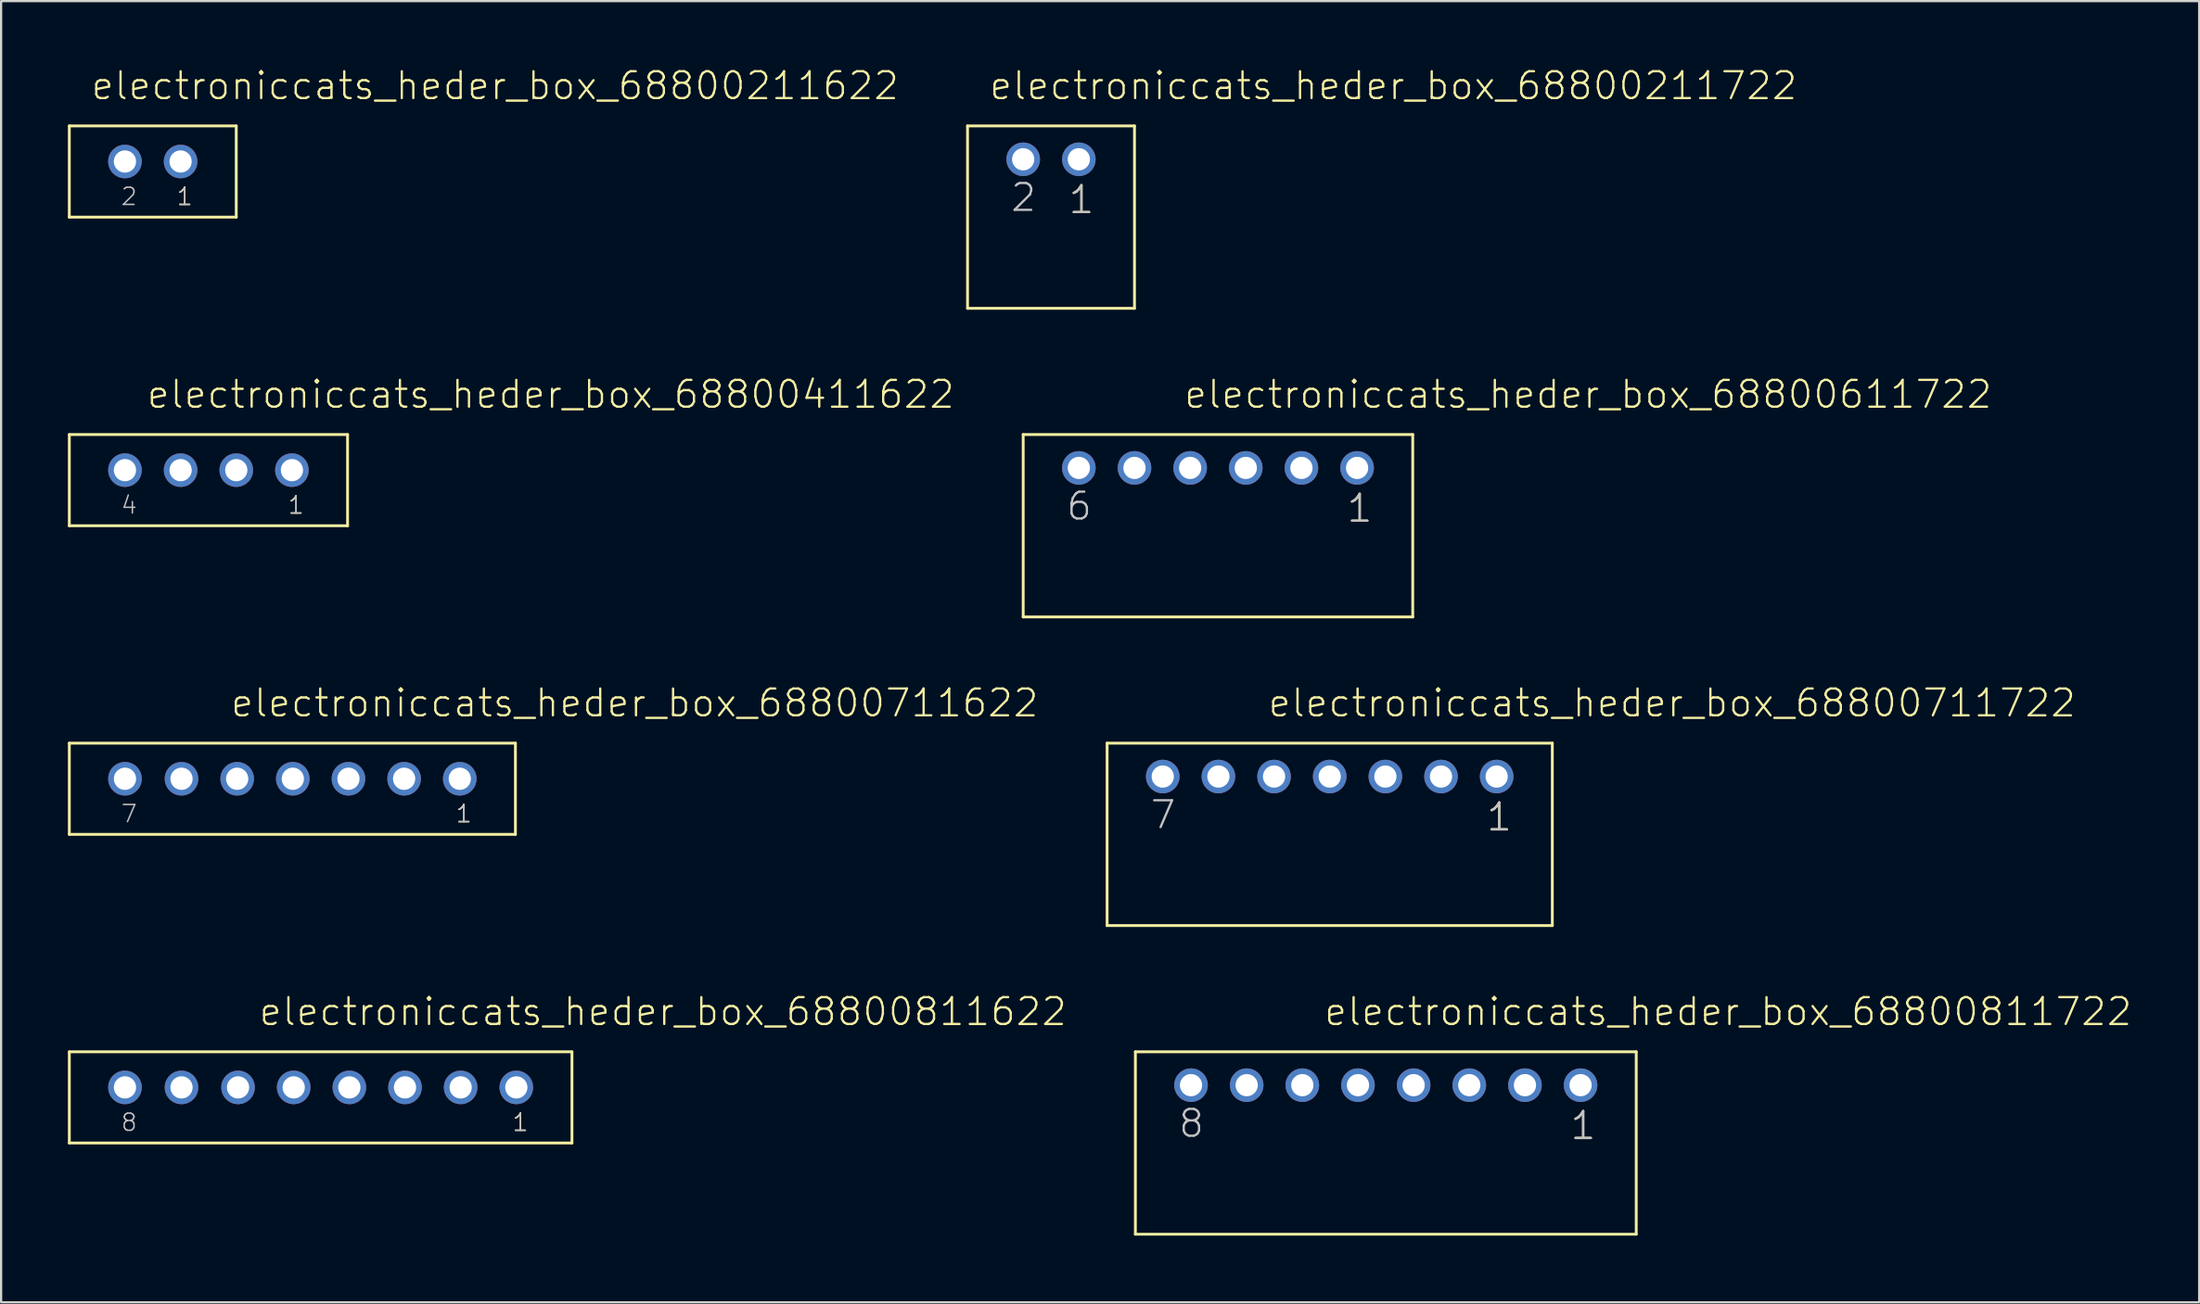
<source format=kicad_pcb>
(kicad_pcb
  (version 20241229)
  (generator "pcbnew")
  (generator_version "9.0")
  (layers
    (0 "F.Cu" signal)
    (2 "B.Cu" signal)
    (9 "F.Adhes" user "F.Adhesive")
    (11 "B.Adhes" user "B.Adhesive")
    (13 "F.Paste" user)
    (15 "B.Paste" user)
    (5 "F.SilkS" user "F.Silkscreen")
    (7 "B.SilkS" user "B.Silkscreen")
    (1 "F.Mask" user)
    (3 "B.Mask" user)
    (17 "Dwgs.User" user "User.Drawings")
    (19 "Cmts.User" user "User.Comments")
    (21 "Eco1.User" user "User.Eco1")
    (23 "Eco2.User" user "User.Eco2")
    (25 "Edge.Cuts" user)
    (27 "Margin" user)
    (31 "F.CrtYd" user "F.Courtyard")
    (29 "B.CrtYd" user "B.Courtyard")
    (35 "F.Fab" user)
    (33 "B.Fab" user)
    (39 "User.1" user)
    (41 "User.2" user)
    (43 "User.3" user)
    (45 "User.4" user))
  (footprint "electroniccats_heder_box_68800811622"
    (layer "F.Cu")
    (at 11.354 45.836)
    (property "Reference" "electroniccats_heder_box_68800811622" (at -2.835 -2.7 0) (layer "F.SilkS") (effects (font (size 1.206 1.206) (thickness 0.102)) (justify left bottom)))
    (attr through_hole)
    (fp_line (start -11.29 -1.6) (end 11.29 -1.6) (stroke (width 0.127) (type solid)) (layer "F.SilkS"))
    (fp_line (start -11.29 2.5) (end -11.29 -1.6) (stroke (width 0.127) (type solid)) (layer "F.SilkS"))
    (fp_line (start 11.29 -1.6) (end 11.29 2.5) (stroke (width 0.127) (type solid)) (layer "F.SilkS"))
    (fp_line (start 11.29 2.5) (end -11.29 2.5) (stroke (width 0.127) (type solid)) (layer "F.SilkS"))
    (fp_text user "1" (at 8.565 2.025 0) (layer "F.SilkS") (effects (font (size 0.772 0.772) (thickness 0.065)) (justify left bottom)))
    (fp_text user "1" (at 8.565 2.025 0) (layer "Dwgs.User") (effects (font (size 0.772 0.772) (thickness 0.065)) (justify left bottom)))
    (fp_text user "8" (at -9.015 2.025 0) (layer "Dwgs.User") (effects (font (size 0.772 0.772) (thickness 0.065)) (justify left bottom)))
    (pad "1" thru_hole circle (at 8.79 0) (size 1.508 1.508) (drill 1) (layers "*.Cu" "*.Mask"))
    (pad "2" thru_hole circle (at 6.29 0) (size 1.508 1.508) (drill 1) (layers "*.Cu" "*.Mask"))
    (pad "3" thru_hole circle (at 3.79 0) (size 1.508 1.508) (drill 1) (layers "*.Cu" "*.Mask"))
    (pad "4" thru_hole circle (at 1.29 0) (size 1.508 1.508) (drill 1) (layers "*.Cu" "*.Mask"))
    (pad "5" thru_hole circle (at -1.21 0) (size 1.508 1.508) (drill 1) (layers "*.Cu" "*.Mask"))
    (pad "6" thru_hole circle (at -3.71 0) (size 1.508 1.508) (drill 1) (layers "*.Cu" "*.Mask"))
    (pad "7" thru_hole circle (at -6.25 0) (size 1.508 1.508) (drill 1) (layers "*.Cu" "*.Mask"))
    (pad "8" thru_hole circle (at -8.79 0) (size 1.508 1.508) (drill 1) (layers "*.Cu" "*.Mask")))
  (footprint "electroniccats_heder_box_68800211722"
    (layer "F.Cu")
    (at 44.165 4.111)
    (property "Reference" "electroniccats_heder_box_68800211722" (at -2.835 -2.6 0) (layer "F.SilkS") (effects (font (size 1.206 1.206) (thickness 0.102)) (justify left bottom)))
    (attr through_hole)
    (fp_line (start -3.75 -1.5) (end 3.75 -1.5) (stroke (width 0.127) (type solid)) (layer "F.SilkS"))
    (fp_line (start -3.75 6.7) (end -3.75 -1.5) (stroke (width 0.127) (type solid)) (layer "F.SilkS"))
    (fp_line (start 3.75 -1.5) (end 3.75 6.7) (stroke (width 0.127) (type solid)) (layer "F.SilkS"))
    (fp_line (start 3.75 6.7) (end -3.75 6.7) (stroke (width 0.127) (type solid)) (layer "F.SilkS"))
    (fp_text user "1" (at 0.725 2.525 0) (layer "F.SilkS") (effects (font (size 1.206 1.206) (thickness 0.102)) (justify left bottom)))
    (fp_text user "1" (at 0.725 2.525 0) (layer "Dwgs.User") (effects (font (size 1.206 1.206) (thickness 0.102)) (justify left bottom)))
    (fp_text user "2" (at -1.875 2.425 0) (layer "Dwgs.User") (effects (font (size 1.206 1.206) (thickness 0.102)) (justify left bottom)))
    (pad "1" thru_hole circle (at 1.25 0) (size 1.508 1.508) (drill 1) (layers "*.Cu" "*.Mask"))
    (pad "2" thru_hole circle (at -1.25 0) (size 1.508 1.508) (drill 1) (layers "*.Cu" "*.Mask")))
  (footprint "electroniccats_heder_box_68800611722"
    (layer "F.Cu")
    (at 51.665 17.986)
    (property "Reference" "electroniccats_heder_box_68800611722" (at -1.585 -2.6 0) (layer "F.SilkS") (effects (font (size 1.206 1.206) (thickness 0.102)) (justify left bottom)))
    (attr through_hole)
    (fp_line (start -8.75 -1.5) (end 8.75 -1.5) (stroke (width 0.127) (type solid)) (layer "F.SilkS"))
    (fp_line (start -8.75 6.7) (end -8.75 -1.5) (stroke (width 0.127) (type solid)) (layer "F.SilkS"))
    (fp_line (start 8.75 -1.5) (end 8.75 6.7) (stroke (width 0.127) (type solid)) (layer "F.SilkS"))
    (fp_line (start 8.75 6.7) (end -8.75 6.7) (stroke (width 0.127) (type solid)) (layer "F.SilkS"))
    (fp_text user "1" (at 5.725 2.525 0) (layer "F.SilkS") (effects (font (size 1.206 1.206) (thickness 0.102)) (justify left bottom)))
    (fp_text user "6" (at -6.875 2.425 0) (layer "Dwgs.User") (effects (font (size 1.206 1.206) (thickness 0.102)) (justify left bottom)))
    (fp_text user "1" (at 5.725 2.525 0) (layer "Dwgs.User") (effects (font (size 1.206 1.206) (thickness 0.102)) (justify left bottom)))
    (pad "1" thru_hole circle (at 6.25 0) (size 1.508 1.508) (drill 1) (layers "*.Cu" "*.Mask"))
    (pad "2" thru_hole circle (at 3.75 0) (size 1.508 1.508) (drill 1) (layers "*.Cu" "*.Mask"))
    (pad "3" thru_hole circle (at 1.25 0) (size 1.508 1.508) (drill 1) (layers "*.Cu" "*.Mask"))
    (pad "4" thru_hole circle (at -1.25 0) (size 1.508 1.508) (drill 1) (layers "*.Cu" "*.Mask"))
    (pad "5" thru_hole circle (at -3.75 0) (size 1.508 1.508) (drill 1) (layers "*.Cu" "*.Mask"))
    (pad "6" thru_hole circle (at -6.25 0) (size 1.508 1.508) (drill 1) (layers "*.Cu" "*.Mask")))
  (footprint "electroniccats_heder_box_68800811722"
    (layer "F.Cu")
    (at 59.205 45.736)
    (property "Reference" "electroniccats_heder_box_68800811722" (at -2.835 -2.6 0) (layer "F.SilkS") (effects (font (size 1.206 1.206) (thickness 0.102)) (justify left bottom)))
    (attr through_hole)
    (fp_line (start -11.25 -1.5) (end 11.25 -1.5) (stroke (width 0.127) (type solid)) (layer "F.SilkS"))
    (fp_line (start -11.25 6.7) (end -11.25 -1.5) (stroke (width 0.127) (type solid)) (layer "F.SilkS"))
    (fp_line (start 11.25 -1.5) (end 11.25 6.7) (stroke (width 0.127) (type solid)) (layer "F.SilkS"))
    (fp_line (start 11.25 6.7) (end -11.25 6.7) (stroke (width 0.127) (type solid)) (layer "F.SilkS"))
    (fp_text user "1" (at 8.225 2.525 0) (layer "F.SilkS") (effects (font (size 1.206 1.206) (thickness 0.102)) (justify left bottom)))
    (fp_text user "8" (at -9.375 2.425 0) (layer "Dwgs.User") (effects (font (size 1.206 1.206) (thickness 0.102)) (justify left bottom)))
    (fp_text user "1" (at 8.225 2.525 0) (layer "Dwgs.User") (effects (font (size 1.206 1.206) (thickness 0.102)) (justify left bottom)))
    (pad "1" thru_hole circle (at 8.75 0) (size 1.508 1.508) (drill 1) (layers "*.Cu" "*.Mask"))
    (pad "2" thru_hole circle (at 6.25 0) (size 1.508 1.508) (drill 1) (layers "*.Cu" "*.Mask"))
    (pad "3" thru_hole circle (at 3.75 0) (size 1.508 1.508) (drill 1) (layers "*.Cu" "*.Mask"))
    (pad "4" thru_hole circle (at 1.25 0) (size 1.508 1.508) (drill 1) (layers "*.Cu" "*.Mask"))
    (pad "5" thru_hole circle (at -1.25 0) (size 1.508 1.508) (drill 1) (layers "*.Cu" "*.Mask"))
    (pad "6" thru_hole circle (at -3.75 0) (size 1.508 1.508) (drill 1) (layers "*.Cu" "*.Mask"))
    (pad "7" thru_hole circle (at -6.25 0) (size 1.508 1.508) (drill 1) (layers "*.Cu" "*.Mask"))
    (pad "8" thru_hole circle (at -8.75 0) (size 1.508 1.508) (drill 1) (layers "*.Cu" "*.Mask")))
  (footprint "electroniccats_heder_box_68800211622"
    (layer "F.Cu")
    (at 3.813 4.211)
    (property "Reference" "electroniccats_heder_box_68800211622" (at -2.835 -2.7 0) (layer "F.SilkS") (effects (font (size 1.206 1.206) (thickness 0.102)) (justify left bottom)))
    (attr through_hole)
    (fp_line (start -3.75 -1.6) (end 3.75 -1.6) (stroke (width 0.127) (type solid)) (layer "F.SilkS"))
    (fp_line (start -3.75 2.5) (end -3.75 -1.6) (stroke (width 0.127) (type solid)) (layer "F.SilkS"))
    (fp_line (start 3.75 -1.6) (end 3.75 2.5) (stroke (width 0.127) (type solid)) (layer "F.SilkS"))
    (fp_line (start 3.75 2.5) (end -3.75 2.5) (stroke (width 0.127) (type solid)) (layer "F.SilkS"))
    (fp_text user "1" (at 1.025 2.025 0) (layer "F.SilkS") (effects (font (size 0.772 0.772) (thickness 0.065)) (justify left bottom)))
    (fp_text user "2" (at -1.475 2.025 0) (layer "Dwgs.User") (effects (font (size 0.772 0.772) (thickness 0.065)) (justify left bottom)))
    (fp_text user "1" (at 1.025 2.025 0) (layer "Dwgs.User") (effects (font (size 0.772 0.772) (thickness 0.065)) (justify left bottom)))
    (pad "1" thru_hole circle (at 1.25 0) (size 1.508 1.508) (drill 1) (layers "*.Cu" "*.Mask"))
    (pad "2" thru_hole circle (at -1.25 0) (size 1.508 1.508) (drill 1) (layers "*.Cu" "*.Mask")))
  (footprint "electroniccats_heder_box_68800711722"
    (layer "F.Cu")
    (at 56.685 31.861)
    (property "Reference" "electroniccats_heder_box_68800711722" (at -2.835 -2.6 0) (layer "F.SilkS") (effects (font (size 1.206 1.206) (thickness 0.102)) (justify left bottom)))
    (attr through_hole)
    (fp_line (start -10 -1.5) (end 10 -1.5) (stroke (width 0.127) (type solid)) (layer "F.SilkS"))
    (fp_line (start -10 6.7) (end -10 -1.5) (stroke (width 0.127) (type solid)) (layer "F.SilkS"))
    (fp_line (start 10 -1.5) (end 10 6.7) (stroke (width 0.127) (type solid)) (layer "F.SilkS"))
    (fp_line (start 10 6.7) (end -10 6.7) (stroke (width 0.127) (type solid)) (layer "F.SilkS"))
    (fp_text user "1" (at 6.975 2.525 0) (layer "F.SilkS") (effects (font (size 1.206 1.206) (thickness 0.102)) (justify left bottom)))
    (fp_text user "1" (at 6.975 2.525 0) (layer "Dwgs.User") (effects (font (size 1.206 1.206) (thickness 0.102)) (justify left bottom)))
    (fp_text user "7" (at -8.125 2.425 0) (layer "Dwgs.User") (effects (font (size 1.206 1.206) (thickness 0.102)) (justify left bottom)))
    (pad "1" thru_hole circle (at 7.5 0) (size 1.508 1.508) (drill 1) (layers "*.Cu" "*.Mask"))
    (pad "2" thru_hole circle (at 5 0) (size 1.508 1.508) (drill 1) (layers "*.Cu" "*.Mask"))
    (pad "3" thru_hole circle (at 2.5 0) (size 1.508 1.508) (drill 1) (layers "*.Cu" "*.Mask"))
    (pad "4" thru_hole circle (at 0 0) (size 1.508 1.508) (drill 1) (layers "*.Cu" "*.Mask"))
    (pad "5" thru_hole circle (at -2.5 0) (size 1.508 1.508) (drill 1) (layers "*.Cu" "*.Mask"))
    (pad "6" thru_hole circle (at -5 0) (size 1.508 1.508) (drill 1) (layers "*.Cu" "*.Mask"))
    (pad "7" thru_hole circle (at -7.5 0) (size 1.508 1.508) (drill 1) (layers "*.Cu" "*.Mask")))
  (footprint "electroniccats_heder_box_68800711622"
    (layer "F.Cu")
    (at 10.084 31.961)
    (property "Reference" "electroniccats_heder_box_68800711622" (at -2.835 -2.7 0) (layer "F.SilkS") (effects (font (size 1.206 1.206) (thickness 0.102)) (justify left bottom)))
    (attr through_hole)
    (fp_line (start -10.02 -1.6) (end 10.02 -1.6) (stroke (width 0.127) (type solid)) (layer "F.SilkS"))
    (fp_line (start -10.02 2.5) (end -10.02 -1.6) (stroke (width 0.127) (type solid)) (layer "F.SilkS"))
    (fp_line (start 10.02 -1.6) (end 10.02 2.5) (stroke (width 0.127) (type solid)) (layer "F.SilkS"))
    (fp_line (start 10.02 2.5) (end -10.02 2.5) (stroke (width 0.127) (type solid)) (layer "F.SilkS"))
    (fp_text user "1" (at 7.295 2.025 0) (layer "F.SilkS") (effects (font (size 0.772 0.772) (thickness 0.065)) (justify left bottom)))
    (fp_text user "1" (at 7.295 2.025 0) (layer "Dwgs.User") (effects (font (size 0.772 0.772) (thickness 0.065)) (justify left bottom)))
    (fp_text user "7" (at -7.745 2.025 0) (layer "Dwgs.User") (effects (font (size 0.772 0.772) (thickness 0.065)) (justify left bottom)))
    (pad "1" thru_hole circle (at 7.52 0) (size 1.508 1.508) (drill 1) (layers "*.Cu" "*.Mask"))
    (pad "2" thru_hole circle (at 5.02 0) (size 1.508 1.508) (drill 1) (layers "*.Cu" "*.Mask"))
    (pad "3" thru_hole circle (at 2.52 0) (size 1.508 1.508) (drill 1) (layers "*.Cu" "*.Mask"))
    (pad "4" thru_hole circle (at 0.02 0) (size 1.508 1.508) (drill 1) (layers "*.Cu" "*.Mask"))
    (pad "5" thru_hole circle (at -2.48 0) (size 1.508 1.508) (drill 1) (layers "*.Cu" "*.Mask"))
    (pad "6" thru_hole circle (at -4.98 0) (size 1.508 1.508) (drill 1) (layers "*.Cu" "*.Mask"))
    (pad "7" thru_hole circle (at -7.52 0) (size 1.508 1.508) (drill 1) (layers "*.Cu" "*.Mask")))
  (footprint "electroniccats_heder_box_68800411622"
    (layer "F.Cu")
    (at 6.314 18.086)
    (property "Reference" "electroniccats_heder_box_68800411622" (at -2.835 -2.7 0) (layer "F.SilkS") (effects (font (size 1.206 1.206) (thickness 0.102)) (justify left bottom)))
    (attr through_hole)
    (fp_line (start -6.25 -1.6) (end 6.25 -1.6) (stroke (width 0.127) (type solid)) (layer "F.SilkS"))
    (fp_line (start -6.25 2.5) (end -6.25 -1.6) (stroke (width 0.127) (type solid)) (layer "F.SilkS"))
    (fp_line (start 6.25 -1.6) (end 6.25 2.5) (stroke (width 0.127) (type solid)) (layer "F.SilkS"))
    (fp_line (start 6.25 2.5) (end -6.25 2.5) (stroke (width 0.127) (type solid)) (layer "F.SilkS"))
    (fp_text user "1" (at 3.525 2.025 0) (layer "F.SilkS") (effects (font (size 0.772 0.772) (thickness 0.065)) (justify left bottom)))
    (fp_text user "4" (at -3.975 2.025 0) (layer "Dwgs.User") (effects (font (size 0.772 0.772) (thickness 0.065)) (justify left bottom)))
    (fp_text user "1" (at 3.525 2.025 0) (layer "Dwgs.User") (effects (font (size 0.772 0.772) (thickness 0.065)) (justify left bottom)))
    (pad "1" thru_hole circle (at 3.75 0) (size 1.508 1.508) (drill 1) (layers "*.Cu" "*.Mask"))
    (pad "2" thru_hole circle (at 1.25 0) (size 1.508 1.508) (drill 1) (layers "*.Cu" "*.Mask"))
    (pad "3" thru_hole circle (at -1.25 0) (size 1.508 1.508) (drill 1) (layers "*.Cu" "*.Mask"))
    (pad "4" thru_hole circle (at -3.75 0) (size 1.508 1.508) (drill 1) (layers "*.Cu" "*.Mask")))
  (gr_rect
    (start -3 -3)
    (end 95.744 55.499)
    (stroke (width 0.1) (type default))
    (fill no)
    (layer "Edge.Cuts")))
</source>
